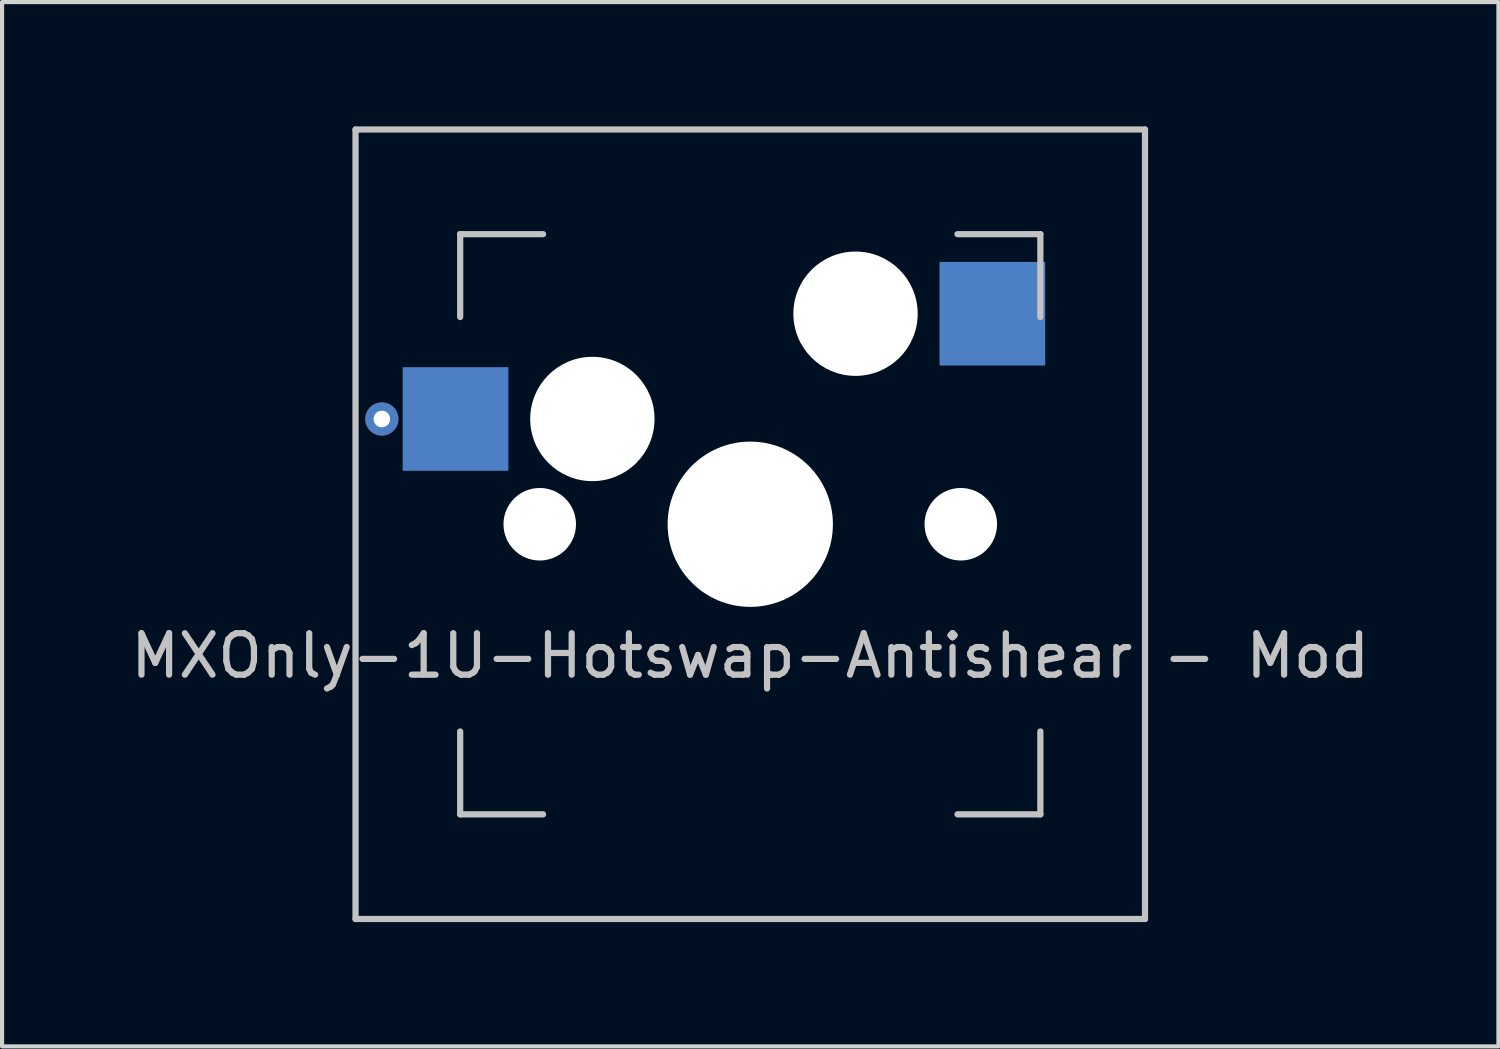
<source format=kicad_pcb>
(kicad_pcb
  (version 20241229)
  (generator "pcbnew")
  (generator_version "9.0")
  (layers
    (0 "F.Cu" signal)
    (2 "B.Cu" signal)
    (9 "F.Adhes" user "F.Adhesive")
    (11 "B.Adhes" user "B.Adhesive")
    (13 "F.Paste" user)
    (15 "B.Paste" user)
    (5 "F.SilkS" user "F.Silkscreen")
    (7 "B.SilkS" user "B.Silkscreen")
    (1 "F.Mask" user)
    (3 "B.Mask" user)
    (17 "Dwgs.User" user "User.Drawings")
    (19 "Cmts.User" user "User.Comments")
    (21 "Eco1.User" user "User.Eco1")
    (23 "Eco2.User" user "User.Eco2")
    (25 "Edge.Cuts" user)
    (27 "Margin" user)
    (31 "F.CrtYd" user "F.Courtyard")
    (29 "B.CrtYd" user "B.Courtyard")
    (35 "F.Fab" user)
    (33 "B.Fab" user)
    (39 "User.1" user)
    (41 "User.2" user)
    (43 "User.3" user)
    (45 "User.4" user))
  (footprint "MXOnly-1U-Hotswap-Antishear - Mod"
    (layer "F.Cu")
    (at 15.054 9.6)
    (property "Reference" "MXOnly-1U-Hotswap-Antishear - Mod" (at 0 3.175 0) (layer "Dwgs.User") (effects (font (size 1 1) (thickness 0.15))))
    (attr through_hole)
    (fp_line (start -9.525 -9.525) (end 9.525 -9.525) (stroke (width 0.15) (type solid)) (layer "Dwgs.User"))
    (fp_line (start -9.525 9.525) (end -9.525 -9.525) (stroke (width 0.15) (type solid)) (layer "Dwgs.User"))
    (fp_line (start -7 -7) (end -7 -5) (stroke (width 0.15) (type solid)) (layer "Dwgs.User"))
    (fp_line (start -7 5) (end -7 7) (stroke (width 0.15) (type solid)) (layer "Dwgs.User"))
    (fp_line (start -7 7) (end -5 7) (stroke (width 0.15) (type solid)) (layer "Dwgs.User"))
    (fp_line (start -5 -7) (end -7 -7) (stroke (width 0.15) (type solid)) (layer "Dwgs.User"))
    (fp_line (start 5 -7) (end 7 -7) (stroke (width 0.15) (type solid)) (layer "Dwgs.User"))
    (fp_line (start 5 7) (end 7 7) (stroke (width 0.15) (type solid)) (layer "Dwgs.User"))
    (fp_line (start 7 -7) (end 7 -5) (stroke (width 0.15) (type solid)) (layer "Dwgs.User"))
    (fp_line (start 7 7) (end 7 5) (stroke (width 0.15) (type solid)) (layer "Dwgs.User"))
    (fp_line (start 9.525 -9.525) (end 9.525 9.525) (stroke (width 0.15) (type solid)) (layer "Dwgs.User"))
    (fp_line (start 9.525 9.525) (end -9.525 9.525) (stroke (width 0.15) (type solid)) (layer "Dwgs.User"))
    (pad "" np_thru_hole circle (at -5.08 0 48.1) (size 1.75 1.75) (drill 1.75) (layers "*.Cu" "*.Mask"))
    (pad "" np_thru_hole circle (at -3.81 -2.54) (size 3 3) (drill 3) (layers "*.Cu" "*.Mask"))
    (pad "" np_thru_hole circle (at 0 0) (size 3.988 3.988) (drill 3.988) (layers "*.Cu" "*.Mask"))
    (pad "" np_thru_hole circle (at 2.54 -5.08) (size 3 3) (drill 3) (layers "*.Cu" "*.Mask"))
    (pad "" np_thru_hole circle (at 5.08 0 48.1) (size 1.75 1.75) (drill 1.75) (layers "*.Cu" "*.Mask"))
    (pad "1" thru_hole circle (at -8.89 -2.54) (size 0.8 0.8) (drill 0.4) (layers "*.Cu"))
    (pad "1" smd rect (at -7.112 -2.54) (size 2.55 2.5) (layers "B.Cu" "B.Mask" "B.Paste"))
    (pad "2" smd rect (at 5.842 -5.08) (size 2.55 2.5) (layers "B.Cu" "B.Mask" "B.Paste")))
  (gr_rect
    (start -3 -3)
    (end 33.107 22.2)
    (stroke (width 0.1) (type default))
    (fill no)
    (layer "Edge.Cuts")))
</source>
